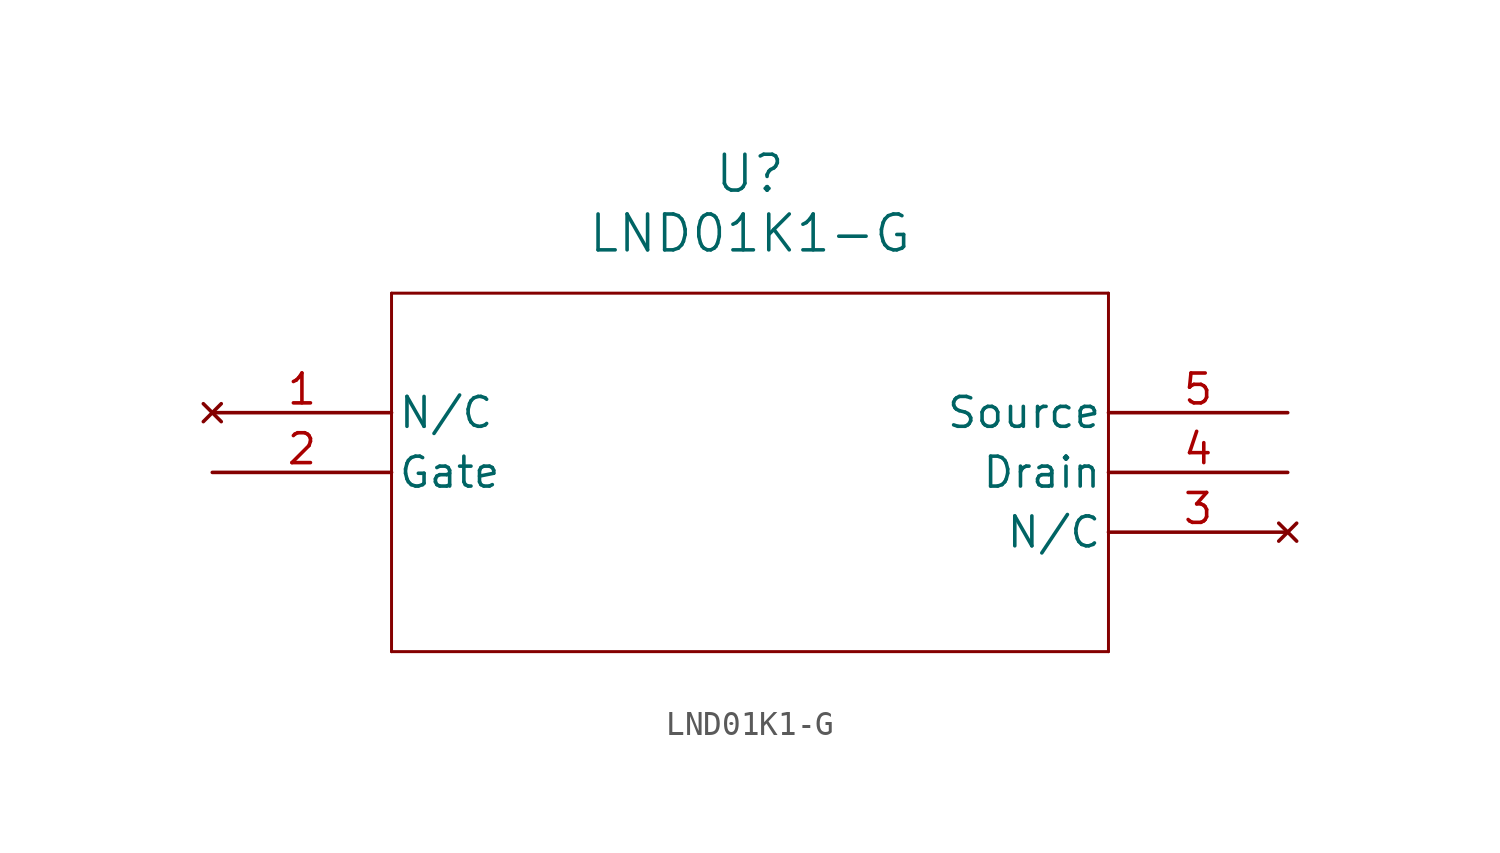
<source format=kicad_sym>
(kicad_symbol_lib
  (version 20211014)
  (generator kicad_symbol_editor)
  (symbol "LND01K1-G"
    (pin_names
      (offset 0.254))
    (property "Reference" "U"
      (at 22.86 10.16 0)
      (effects (font (size 1.524 1.524))))
    (property "Value" "LND01K1-G"
      (at 22.86 7.62 0)
      (effects (font (size 1.524 1.524))))
    (symbol "LND01K1-G_0_1"
      (polyline (pts (xy 7.62 5.08) (xy 7.62 -10.16)) (stroke (width 0.127) (type default) (color 0 0 0 0)) (fill (type none)))
      (polyline (pts (xy 7.62 -10.16) (xy 38.1 -10.16)) (stroke (width 0.127) (type default) (color 0 0 0 0)) (fill (type none)))
      (polyline (pts (xy 38.1 -10.16) (xy 38.1 5.08)) (stroke (width 0.127) (type default) (color 0 0 0 0)) (fill (type none)))
      (polyline (pts (xy 38.1 5.08) (xy 7.62 5.08)) (stroke (width 0.127) (type default) (color 0 0 0 0)) (fill (type none)))
      (pin no_connect line (at 0 0 0) (length 7.62) (name "N/C" (effects (font (size 1.27 1.27)))) (number "1" (effects (font (size 1.27 1.27)))))
      (pin unspecified line (at 0 -2.54 0) (length 7.62) (name "Gate" (effects (font (size 1.27 1.27)))) (number "2" (effects (font (size 1.27 1.27)))))
      (pin no_connect line (at 45.72 -5.08 180) (length 7.62) (name "N/C" (effects (font (size 1.27 1.27)))) (number "3" (effects (font (size 1.27 1.27)))))
      (pin unspecified line (at 45.72 -2.54 180) (length 7.62) (name "Drain" (effects (font (size 1.27 1.27)))) (number "4" (effects (font (size 1.27 1.27)))))
      (pin unspecified line (at 45.72 0 180) (length 7.62) (name "Source" (effects (font (size 1.27 1.27)))) (number "5" (effects (font (size 1.27 1.27))))))))
</source>
